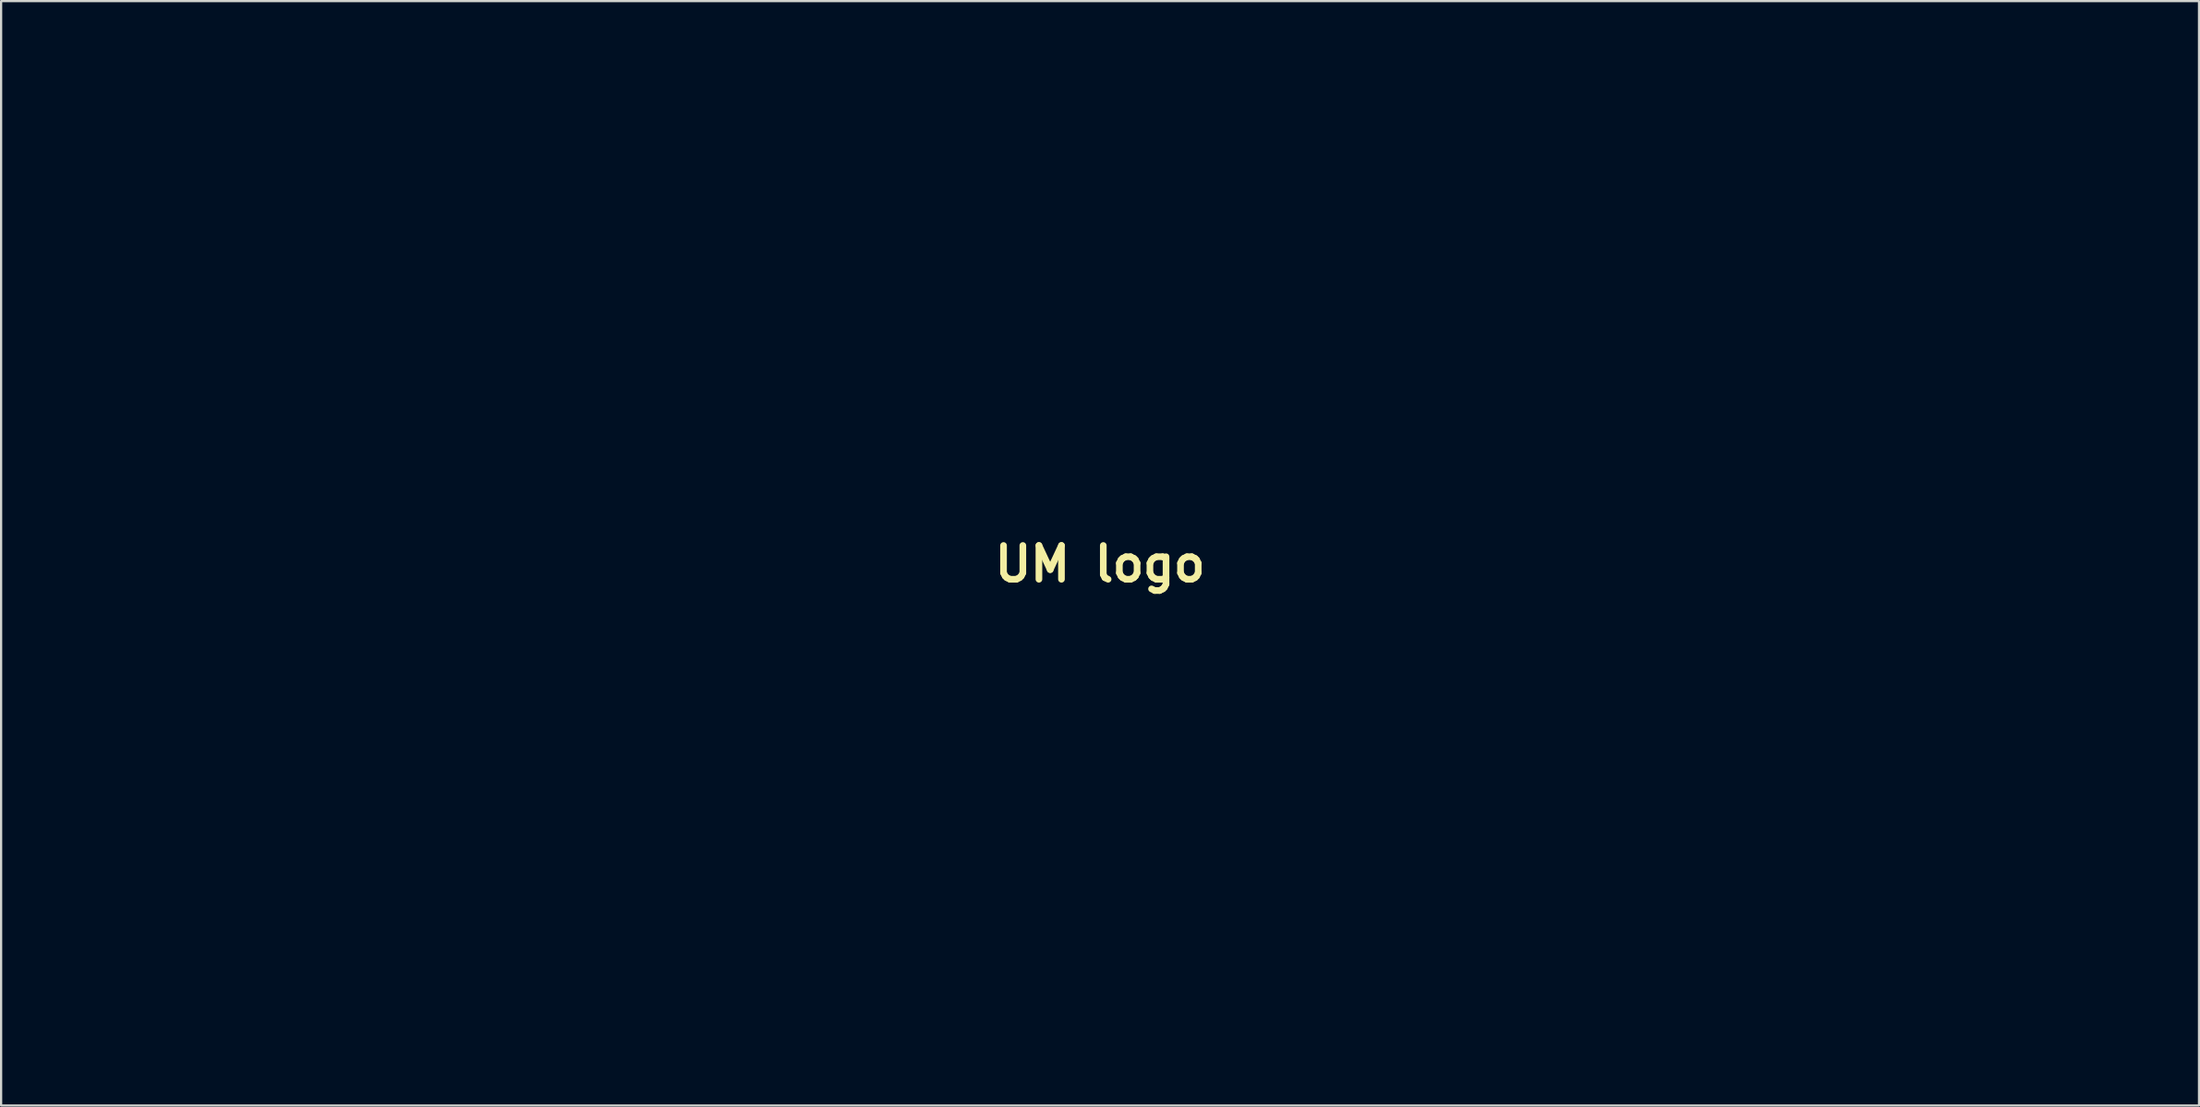
<source format=kicad_pcb>
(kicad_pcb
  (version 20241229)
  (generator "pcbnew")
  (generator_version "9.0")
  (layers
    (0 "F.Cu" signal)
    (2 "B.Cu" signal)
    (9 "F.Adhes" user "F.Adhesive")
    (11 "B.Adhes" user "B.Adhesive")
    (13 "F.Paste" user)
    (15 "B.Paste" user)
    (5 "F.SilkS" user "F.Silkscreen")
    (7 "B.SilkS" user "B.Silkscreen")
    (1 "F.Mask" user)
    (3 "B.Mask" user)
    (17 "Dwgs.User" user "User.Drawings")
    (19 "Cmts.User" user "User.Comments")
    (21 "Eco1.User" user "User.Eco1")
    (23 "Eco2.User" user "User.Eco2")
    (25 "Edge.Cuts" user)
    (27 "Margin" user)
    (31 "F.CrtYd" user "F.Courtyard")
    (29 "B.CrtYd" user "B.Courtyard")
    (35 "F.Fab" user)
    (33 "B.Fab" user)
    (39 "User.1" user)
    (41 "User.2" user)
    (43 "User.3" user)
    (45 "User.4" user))
  (footprint "UM logo"
    (layer "F.Cu")
    (at 46.572 22.399)
    (property "Reference" "UM logo" (at 0 0 0) (layer "F.SilkS") (effects (font (size 1.524 1.524) (thickness 0.3))))
    (attr through_hole)
    (fp_poly (pts (xy -18.203 18.432) (xy -18.46 18.786) (xy -18.828 19.169) (xy -19.353 19.53) (xy -20.028 19.866) (xy -20.84 20.173) (xy -21.78 20.451) (xy -22.839 20.695) (xy -24.005 20.903) (xy -25.27 21.073) (xy -26.623 21.202) (xy -28.054 21.288) (xy -28.109 21.291) (xy -28.656 21.314) (xy -29.259 21.34) (xy -29.838 21.366) (xy -30.247 21.385) (xy -31.242 21.431) (xy -31.242 19.812) (xy -30.586 19.809) (xy -30.147 19.796) (xy -29.662 19.764) (xy -29.295 19.726) (xy -28.244 19.544) (xy -27.334 19.28) (xy -26.566 18.936) (xy -25.944 18.513) (xy -25.468 18.012) (xy -25.142 17.436) (xy -25.063 17.216) (xy -25.03 17.102) (xy -25.001 16.985) (xy -24.976 16.85) (xy -24.956 16.687) (xy -24.939 16.48) (xy -24.925 16.218) (xy -24.915 15.888) (xy -24.906 15.476) (xy -24.901 14.969) (xy -24.897 14.355) (xy -24.894 13.62) (xy -24.893 12.751) (xy -24.892 11.736) (xy -24.892 10.871) (xy -24.892 5.08) (xy -18.203 5.08) (xy -18.203 18.432)) (stroke (width 0.01) (type solid)) (fill no) (layer "Eco2.User"))
    (fp_poly (pts (xy -38.673 11.028) (xy -38.668 12.181) (xy -38.663 13.178) (xy -38.657 14.03) (xy -38.651 14.75) (xy -38.644 15.35) (xy -38.635 15.844) (xy -38.625 16.242) (xy -38.612 16.559) (xy -38.597 16.806) (xy -38.579 16.995) (xy -38.558 17.139) (xy -38.534 17.252) (xy -38.506 17.344) (xy -38.492 17.381) (xy -38.297 17.746) (xy -38 18.142) (xy -37.644 18.518) (xy -37.274 18.824) (xy -37.136 18.913) (xy -36.577 19.181) (xy -35.892 19.413) (xy -35.122 19.6) (xy -34.309 19.734) (xy -33.493 19.803) (xy -33.126 19.812) (xy -32.343 19.812) (xy -32.343 21.336) (xy -33.718 21.324) (xy -34.296 21.314) (xy -34.919 21.297) (xy -35.522 21.274) (xy -36.039 21.248) (xy -36.153 21.241) (xy -36.871 21.182) (xy -37.67 21.101) (xy -38.501 21.002) (xy -39.315 20.893) (xy -40.063 20.779) (xy -40.696 20.666) (xy -40.758 20.654) (xy -41.79 20.416) (xy -42.708 20.14) (xy -43.503 19.831) (xy -44.166 19.495) (xy -44.689 19.136) (xy -45.062 18.758) (xy -45.275 18.366) (xy -45.29 18.318) (xy -45.31 18.159) (xy -45.327 17.835) (xy -45.342 17.345) (xy -45.355 16.69) (xy -45.365 15.867) (xy -45.372 14.877) (xy -45.378 13.719) (xy -45.38 12.392) (xy -45.381 11.536) (xy -45.381 5.08) (xy -38.699 5.08) (xy -38.673 11.028)) (stroke (width 0.01) (type solid)) (fill no) (layer "Eco2.User"))
    (fp_poly (pts (xy 4.911 -22.013) (xy 4.903 -21.868) (xy 4.851 -21.792) (xy 4.714 -21.764) (xy 4.45 -21.759) (xy 4.448 -21.759) (xy 4.16 -21.747) (xy 3.994 -21.699) (xy 3.902 -21.603) (xy 3.898 -21.596) (xy 3.872 -21.46) (xy 3.85 -21.165) (xy 3.833 -20.717) (xy 3.82 -20.125) (xy 3.813 -19.398) (xy 3.81 -18.554) (xy 3.81 -17.741) (xy 3.812 -17.082) (xy 3.819 -16.56) (xy 3.835 -16.16) (xy 3.864 -15.865) (xy 3.909 -15.659) (xy 3.973 -15.526) (xy 4.06 -15.451) (xy 4.174 -15.417) (xy 4.317 -15.409) (xy 4.493 -15.409) (xy 4.742 -15.404) (xy 4.865 -15.368) (xy 4.906 -15.277) (xy 4.911 -15.155) (xy 4.911 -14.901) (xy 1.609 -14.901) (xy 1.609 -15.155) (xy 1.618 -15.306) (xy 1.676 -15.381) (xy 1.826 -15.407) (xy 2.026 -15.409) (xy 2.201 -15.409) (xy 2.343 -15.417) (xy 2.456 -15.45) (xy 2.543 -15.523) (xy 2.608 -15.653) (xy 2.653 -15.855) (xy 2.682 -16.146) (xy 2.699 -16.54) (xy 2.707 -17.055) (xy 2.709 -17.705) (xy 2.709 -18.506) (xy 2.709 -18.616) (xy 2.708 -19.465) (xy 2.702 -20.157) (xy 2.693 -20.703) (xy 2.679 -21.114) (xy 2.661 -21.403) (xy 2.637 -21.58) (xy 2.608 -21.658) (xy 2.47 -21.716) (xy 2.228 -21.752) (xy 2.057 -21.759) (xy 1.797 -21.764) (xy 1.664 -21.794) (xy 1.615 -21.874) (xy 1.609 -22.013) (xy 1.609 -22.267) (xy 4.911 -22.267) (xy 4.911 -22.013)) (stroke (width 0.01) (type solid)) (fill no) (layer "Eco2.User"))
    (fp_poly (pts (xy -26.67 -22.013) (xy -26.678 -21.868) (xy -26.729 -21.793) (xy -26.865 -21.764) (xy -27.127 -21.759) (xy -27.138 -21.759) (xy -27.411 -21.751) (xy -27.565 -21.715) (xy -27.649 -21.63) (xy -27.688 -21.542) (xy -27.715 -21.386) (xy -27.736 -21.089) (xy -27.753 -20.676) (xy -27.764 -20.171) (xy -27.771 -19.601) (xy -27.774 -18.99) (xy -27.772 -18.364) (xy -27.765 -17.747) (xy -27.754 -17.165) (xy -27.74 -16.644) (xy -27.721 -16.207) (xy -27.698 -15.882) (xy -27.671 -15.692) (xy -27.662 -15.663) (xy -27.57 -15.533) (xy -27.427 -15.464) (xy -27.18 -15.43) (xy -27.112 -15.426) (xy -26.855 -15.405) (xy -26.723 -15.365) (xy -26.676 -15.277) (xy -26.67 -15.151) (xy -26.67 -14.901) (xy -29.972 -14.901) (xy -29.972 -15.155) (xy -29.961 -15.311) (xy -29.898 -15.385) (xy -29.738 -15.408) (xy -29.585 -15.409) (xy -29.401 -15.407) (xy -29.251 -15.409) (xy -29.133 -15.434) (xy -29.042 -15.495) (xy -28.974 -15.609) (xy -28.927 -15.792) (xy -28.897 -16.06) (xy -28.88 -16.429) (xy -28.872 -16.915) (xy -28.871 -17.533) (xy -28.871 -18.3) (xy -28.871 -18.57) (xy -28.873 -19.426) (xy -28.878 -20.125) (xy -28.887 -20.677) (xy -28.901 -21.095) (xy -28.919 -21.389) (xy -28.942 -21.572) (xy -28.971 -21.656) (xy -28.973 -21.658) (xy -29.111 -21.716) (xy -29.353 -21.752) (xy -29.523 -21.759) (xy -29.783 -21.764) (xy -29.916 -21.794) (xy -29.965 -21.874) (xy -29.972 -22.013) (xy -29.972 -22.267) (xy -26.67 -22.267) (xy -26.67 -22.013)) (stroke (width 0.01) (type solid)) (fill no) (layer "Eco2.User"))
    (fp_poly (pts (xy 3.81 -11.388) (xy 3.795 -11.258) (xy 3.718 -11.196) (xy 3.535 -11.177) (xy 3.423 -11.176) (xy 3.24 -11.179) (xy 3.091 -11.176) (xy 2.973 -11.153) (xy 2.882 -11.093) (xy 2.814 -10.98) (xy 2.767 -10.799) (xy 2.736 -10.534) (xy 2.719 -10.169) (xy 2.711 -9.688) (xy 2.709 -9.075) (xy 2.709 -8.316) (xy 2.709 -7.973) (xy 2.711 -7.11) (xy 2.716 -6.406) (xy 2.725 -5.848) (xy 2.738 -5.425) (xy 2.756 -5.124) (xy 2.779 -4.936) (xy 2.807 -4.847) (xy 2.811 -4.843) (xy 2.949 -4.785) (xy 3.191 -4.748) (xy 3.361 -4.741) (xy 3.622 -4.735) (xy 3.755 -4.704) (xy 3.804 -4.628) (xy 3.81 -4.53) (xy 3.81 -4.318) (xy 0.508 -4.318) (xy 0.508 -4.53) (xy 0.521 -4.653) (xy 0.587 -4.716) (xy 0.749 -4.738) (xy 0.957 -4.741) (xy 1.23 -4.759) (xy 1.439 -4.806) (xy 1.507 -4.843) (xy 1.536 -4.92) (xy 1.559 -5.096) (xy 1.578 -5.383) (xy 1.592 -5.791) (xy 1.601 -6.332) (xy 1.607 -7.018) (xy 1.609 -7.861) (xy 1.609 -7.973) (xy 1.609 -8.795) (xy 1.609 -9.463) (xy 1.603 -9.994) (xy 1.59 -10.403) (xy 1.565 -10.705) (xy 1.525 -10.918) (xy 1.465 -11.055) (xy 1.384 -11.134) (xy 1.277 -11.17) (xy 1.14 -11.179) (xy 0.971 -11.177) (xy 0.895 -11.176) (xy 0.657 -11.184) (xy 0.544 -11.226) (xy 0.51 -11.326) (xy 0.508 -11.388) (xy 0.508 -11.599) (xy 3.81 -11.599) (xy 3.81 -11.388)) (stroke (width 0.01) (type solid)) (fill no) (layer "Eco2.User"))
    (fp_poly (pts (xy -41.769 -11.719) (xy -41.081 -11.545) (xy -40.463 -11.235) (xy -39.926 -10.804) (xy -39.482 -10.266) (xy -39.141 -9.635) (xy -38.916 -8.925) (xy -38.817 -8.15) (xy -38.856 -7.323) (xy -38.862 -7.277) (xy -39.047 -6.505) (xy -39.367 -5.811) (xy -39.808 -5.212) (xy -40.358 -4.726) (xy -40.794 -4.468) (xy -41.085 -4.334) (xy -41.337 -4.25) (xy -41.612 -4.202) (xy -41.971 -4.177) (xy -42.157 -4.171) (xy -42.608 -4.166) (xy -42.946 -4.19) (xy -43.229 -4.249) (xy -43.41 -4.309) (xy -44.085 -4.647) (xy -44.665 -5.123) (xy -45.142 -5.73) (xy -45.337 -6.077) (xy -45.536 -6.549) (xy -45.657 -7.043) (xy -45.712 -7.616) (xy -45.718 -7.92) (xy -45.693 -8.259) (xy -44.435 -8.259) (xy -44.427 -7.544) (xy -44.356 -6.72) (xy -44.215 -6.043) (xy -44 -5.503) (xy -43.707 -5.091) (xy -43.333 -4.798) (xy -43.247 -4.752) (xy -42.864 -4.629) (xy -42.398 -4.573) (xy -41.92 -4.587) (xy -41.501 -4.673) (xy -41.422 -4.703) (xy -41.011 -4.945) (xy -40.68 -5.3) (xy -40.424 -5.779) (xy -40.238 -6.392) (xy -40.116 -7.15) (xy -40.087 -7.451) (xy -40.074 -7.926) (xy -40.098 -8.478) (xy -40.153 -9.041) (xy -40.233 -9.548) (xy -40.301 -9.836) (xy -40.465 -10.227) (xy -40.714 -10.611) (xy -41.006 -10.933) (xy -41.271 -11.124) (xy -41.557 -11.23) (xy -41.906 -11.309) (xy -42.076 -11.329) (xy -42.688 -11.308) (xy -43.207 -11.15) (xy -43.634 -10.853) (xy -43.97 -10.416) (xy -44.215 -9.839) (xy -44.37 -9.121) (xy -44.435 -8.259) (xy -45.693 -8.259) (xy -45.655 -8.767) (xy -45.457 -9.517) (xy -45.122 -10.18) (xy -44.643 -10.765) (xy -44.563 -10.843) (xy -44.002 -11.285) (xy -43.404 -11.574) (xy -42.734 -11.725) (xy -42.515 -11.746) (xy -41.769 -11.719)) (stroke (width 0.01) (type solid)) (fill no) (layer "Eco2.User"))
    (fp_poly (pts (xy -23.283 -22.018) (xy -23.293 -21.872) (xy -23.352 -21.795) (xy -23.502 -21.759) (xy -23.728 -21.743) (xy -23.993 -21.718) (xy -24.133 -21.669) (xy -24.19 -21.578) (xy -24.198 -21.534) (xy -24.175 -21.421) (xy -24.099 -21.179) (xy -23.98 -20.83) (xy -23.826 -20.399) (xy -23.647 -19.909) (xy -23.451 -19.384) (xy -23.247 -18.846) (xy -23.044 -18.32) (xy -22.852 -17.829) (xy -22.679 -17.397) (xy -22.534 -17.047) (xy -22.425 -16.802) (xy -22.363 -16.687) (xy -22.355 -16.681) (xy -22.307 -16.758) (xy -22.212 -16.97) (xy -22.079 -17.292) (xy -21.917 -17.702) (xy -21.736 -18.173) (xy -21.543 -18.682) (xy -21.349 -19.204) (xy -21.163 -19.714) (xy -20.993 -20.19) (xy -20.849 -20.604) (xy -20.739 -20.935) (xy -20.674 -21.156) (xy -20.659 -21.235) (xy -20.73 -21.509) (xy -20.941 -21.689) (xy -21.287 -21.774) (xy -21.294 -21.774) (xy -21.515 -21.807) (xy -21.62 -21.881) (xy -21.659 -22.033) (xy -21.659 -22.035) (xy -21.686 -22.267) (xy -18.954 -22.267) (xy -18.981 -22.038) (xy -19.038 -21.864) (xy -19.192 -21.774) (xy -19.282 -21.752) (xy -19.618 -21.629) (xy -19.853 -21.397) (xy -19.935 -21.258) (xy -19.99 -21.131) (xy -20.098 -20.865) (xy -20.25 -20.478) (xy -20.441 -19.99) (xy -20.662 -19.419) (xy -20.906 -18.784) (xy -21.166 -18.104) (xy -21.193 -18.034) (xy -21.452 -17.355) (xy -21.693 -16.721) (xy -21.91 -16.152) (xy -22.096 -15.666) (xy -22.243 -15.28) (xy -22.345 -15.014) (xy -22.394 -14.886) (xy -22.396 -14.88) (xy -22.518 -14.763) (xy -22.648 -14.732) (xy -22.763 -14.759) (xy -22.863 -14.861) (xy -22.973 -15.07) (xy -23.071 -15.303) (xy -23.156 -15.517) (xy -23.293 -15.866) (xy -23.473 -16.327) (xy -23.688 -16.879) (xy -23.929 -17.497) (xy -24.187 -18.16) (xy -24.401 -18.711) (xy -24.658 -19.369) (xy -24.898 -19.978) (xy -25.114 -20.521) (xy -25.299 -20.978) (xy -25.445 -21.332) (xy -25.544 -21.564) (xy -25.589 -21.654) (xy -25.724 -21.722) (xy -25.949 -21.758) (xy -26.003 -21.759) (xy -26.216 -21.77) (xy -26.309 -21.828) (xy -26.331 -21.971) (xy -26.331 -22.013) (xy -26.331 -22.267) (xy -23.283 -22.267) (xy -23.283 -22.018)) (stroke (width 0.01) (type solid)) (fill no) (layer "Eco2.User"))
    (fp_poly (pts (xy 11.887 -21.823) (xy 11.911 -21.549) (xy 11.939 -21.165) (xy 11.967 -20.728) (xy 11.985 -20.426) (xy 12.037 -19.473) (xy 11.837 -19.473) (xy 11.728 -19.49) (xy 11.654 -19.564) (xy 11.595 -19.733) (xy 11.533 -20.031) (xy 11.53 -20.045) (xy 11.402 -20.563) (xy 11.23 -21.022) (xy 11.031 -21.387) (xy 10.822 -21.621) (xy 10.795 -21.64) (xy 10.562 -21.741) (xy 10.258 -21.808) (xy 9.941 -21.835) (xy 9.673 -21.817) (xy 9.525 -21.759) (xy 9.491 -21.711) (xy 9.464 -21.618) (xy 9.442 -21.464) (xy 9.425 -21.232) (xy 9.413 -20.906) (xy 9.405 -20.472) (xy 9.401 -19.911) (xy 9.398 -19.208) (xy 9.398 -18.633) (xy 9.4 -17.772) (xy 9.405 -17.069) (xy 9.414 -16.512) (xy 9.427 -16.089) (xy 9.445 -15.79) (xy 9.468 -15.602) (xy 9.496 -15.515) (xy 9.5 -15.511) (xy 9.635 -15.455) (xy 9.879 -15.419) (xy 10.092 -15.409) (xy 10.368 -15.406) (xy 10.514 -15.381) (xy 10.572 -15.313) (xy 10.583 -15.183) (xy 10.583 -15.155) (xy 10.583 -14.901) (xy 7.112 -14.901) (xy 7.112 -15.155) (xy 7.12 -15.301) (xy 7.172 -15.377) (xy 7.31 -15.405) (xy 7.572 -15.409) (xy 7.758 -15.408) (xy 7.91 -15.415) (xy 8.03 -15.446) (xy 8.122 -15.516) (xy 8.191 -15.642) (xy 8.238 -15.84) (xy 8.269 -16.125) (xy 8.287 -16.514) (xy 8.295 -17.022) (xy 8.298 -17.665) (xy 8.297 -18.459) (xy 8.297 -18.596) (xy 8.295 -19.456) (xy 8.287 -20.189) (xy 8.275 -20.786) (xy 8.257 -21.239) (xy 8.236 -21.539) (xy 8.21 -21.679) (xy 8.21 -21.68) (xy 8.128 -21.775) (xy 7.982 -21.825) (xy 7.728 -21.843) (xy 7.607 -21.844) (xy 7.31 -21.836) (xy 7.113 -21.794) (xy 6.95 -21.691) (xy 6.773 -21.525) (xy 6.525 -21.213) (xy 6.338 -20.815) (xy 6.275 -20.627) (xy 6.185 -20.317) (xy 6.121 -20.055) (xy 6.096 -19.897) (xy 6.096 -19.895) (xy 6.05 -19.628) (xy 5.918 -19.489) (xy 5.833 -19.473) (xy 5.764 -19.49) (xy 5.715 -19.555) (xy 5.685 -19.687) (xy 5.672 -19.907) (xy 5.676 -20.234) (xy 5.694 -20.69) (xy 5.727 -21.293) (xy 5.728 -21.315) (xy 5.783 -22.267) (xy 11.841 -22.267) (xy 11.887 -21.823)) (stroke (width 0.01) (type solid)) (fill no) (layer "Eco2.User"))
    (fp_poly (pts (xy -32.737 -10.647) (xy -32.706 -10.093) (xy -32.688 -9.685) (xy -32.683 -9.401) (xy -32.694 -9.219) (xy -32.723 -9.117) (xy -32.771 -9.071) (xy -32.839 -9.059) (xy -32.853 -9.059) (xy -33.007 -9.104) (xy -33.055 -9.165) (xy -33.093 -9.297) (xy -33.161 -9.538) (xy -33.24 -9.816) (xy -33.411 -10.278) (xy -33.643 -10.63) (xy -33.954 -10.885) (xy -34.366 -11.053) (xy -34.898 -11.146) (xy -35.571 -11.176) (xy -35.6 -11.176) (xy -35.942 -11.174) (xy -36.193 -11.153) (xy -36.368 -11.09) (xy -36.479 -10.962) (xy -36.541 -10.748) (xy -36.569 -10.423) (xy -36.576 -9.966) (xy -36.576 -9.604) (xy -36.576 -8.297) (xy -36.239 -8.297) (xy -35.738 -8.363) (xy -35.346 -8.556) (xy -35.067 -8.876) (xy -34.902 -9.319) (xy -34.888 -9.398) (xy -34.82 -9.617) (xy -34.696 -9.711) (xy -34.649 -9.721) (xy -34.459 -9.748) (xy -34.459 -6.519) (xy -34.671 -6.519) (xy -34.831 -6.554) (xy -34.882 -6.69) (xy -34.883 -6.734) (xy -34.958 -7.156) (xy -35.17 -7.497) (xy -35.5 -7.738) (xy -35.928 -7.861) (xy -36.132 -7.874) (xy -36.576 -7.874) (xy -36.576 -6.471) (xy -36.571 -5.961) (xy -36.556 -5.519) (xy -36.534 -5.176) (xy -36.505 -4.958) (xy -36.488 -4.905) (xy -36.405 -4.81) (xy -36.257 -4.76) (xy -35.998 -4.742) (xy -35.896 -4.741) (xy -35.615 -4.737) (xy -35.464 -4.712) (xy -35.403 -4.65) (xy -35.391 -4.535) (xy -35.391 -4.53) (xy -35.391 -4.318) (xy -38.693 -4.318) (xy -38.693 -4.53) (xy -38.679 -4.656) (xy -38.608 -4.719) (xy -38.436 -4.74) (xy -38.275 -4.741) (xy -38.1 -4.741) (xy -37.957 -4.749) (xy -37.844 -4.782) (xy -37.757 -4.856) (xy -37.693 -4.987) (xy -37.647 -5.191) (xy -37.618 -5.484) (xy -37.602 -5.881) (xy -37.594 -6.398) (xy -37.592 -7.052) (xy -37.592 -7.858) (xy -37.592 -7.922) (xy -37.592 -8.703) (xy -37.594 -9.332) (xy -37.598 -9.826) (xy -37.606 -10.205) (xy -37.617 -10.484) (xy -37.634 -10.683) (xy -37.658 -10.818) (xy -37.688 -10.907) (xy -37.726 -10.969) (xy -37.761 -11.007) (xy -37.977 -11.135) (xy -38.299 -11.176) (xy -38.312 -11.176) (xy -38.547 -11.185) (xy -38.658 -11.228) (xy -38.691 -11.331) (xy -38.693 -11.388) (xy -38.693 -11.599) (xy -32.792 -11.599) (xy -32.737 -10.647)) (stroke (width 0.01) (type solid)) (fill no) (layer "Eco2.User"))
    (fp_poly (pts (xy 15.409 -22.018) (xy 15.399 -21.872) (xy 15.341 -21.794) (xy 15.191 -21.759) (xy 14.966 -21.743) (xy 14.686 -21.712) (xy 14.539 -21.652) (xy 14.495 -21.574) (xy 14.531 -21.475) (xy 14.64 -21.262) (xy 14.805 -20.963) (xy 15.012 -20.604) (xy 15.242 -20.214) (xy 15.481 -19.818) (xy 15.71 -19.446) (xy 15.915 -19.123) (xy 16.078 -18.877) (xy 16.184 -18.735) (xy 16.212 -18.711) (xy 16.263 -18.78) (xy 16.379 -18.968) (xy 16.544 -19.245) (xy 16.741 -19.581) (xy 16.952 -19.948) (xy 17.162 -20.316) (xy 17.353 -20.656) (xy 17.508 -20.938) (xy 17.61 -21.133) (xy 17.641 -21.2) (xy 17.639 -21.399) (xy 17.568 -21.56) (xy 17.444 -21.692) (xy 17.261 -21.75) (xy 17.058 -21.759) (xy 16.825 -21.767) (xy 16.715 -21.81) (xy 16.681 -21.919) (xy 16.679 -22.013) (xy 16.679 -22.267) (xy 19.4 -22.267) (xy 19.373 -22.036) (xy 19.328 -21.876) (xy 19.207 -21.792) (xy 19.023 -21.752) (xy 18.782 -21.688) (xy 18.604 -21.598) (xy 18.586 -21.581) (xy 18.512 -21.477) (xy 18.367 -21.248) (xy 18.164 -20.916) (xy 17.917 -20.503) (xy 17.638 -20.032) (xy 17.448 -19.709) (xy 16.425 -17.954) (xy 16.425 -16.87) (xy 16.431 -16.34) (xy 16.455 -15.956) (xy 16.509 -15.695) (xy 16.605 -15.533) (xy 16.754 -15.447) (xy 16.968 -15.414) (xy 17.15 -15.409) (xy 17.414 -15.405) (xy 17.551 -15.376) (xy 17.603 -15.301) (xy 17.611 -15.155) (xy 17.611 -14.901) (xy 15.931 -14.901) (xy 15.415 -14.904) (xy 14.956 -14.912) (xy 14.584 -14.923) (xy 14.323 -14.938) (xy 14.201 -14.955) (xy 14.196 -14.958) (xy 14.151 -15.079) (xy 14.139 -15.212) (xy 14.153 -15.323) (xy 14.219 -15.382) (xy 14.38 -15.405) (xy 14.63 -15.409) (xy 14.915 -15.426) (xy 15.136 -15.469) (xy 15.223 -15.511) (xy 15.27 -15.639) (xy 15.303 -15.916) (xy 15.321 -16.351) (xy 15.325 -16.797) (xy 15.325 -17.982) (xy 14.287 -19.635) (xy 13.905 -20.243) (xy 13.599 -20.723) (xy 13.357 -21.089) (xy 13.168 -21.357) (xy 13.019 -21.542) (xy 12.897 -21.66) (xy 12.789 -21.725) (xy 12.685 -21.753) (xy 12.571 -21.759) (xy 12.565 -21.759) (xy 12.37 -21.774) (xy 12.291 -21.85) (xy 12.277 -22.013) (xy 12.277 -22.267) (xy 15.409 -22.267) (xy 15.409 -22.018)) (stroke (width 0.01) (type solid)) (fill no) (layer "Eco2.User"))
    (fp_poly (pts (xy -30.649 -22.071) (xy -30.679 -21.94) (xy -30.796 -21.846) (xy -31.039 -21.757) (xy -31.052 -21.753) (xy -31.22 -21.7) (xy -31.359 -21.642) (xy -31.471 -21.563) (xy -31.559 -21.447) (xy -31.627 -21.278) (xy -31.676 -21.042) (xy -31.71 -20.721) (xy -31.731 -20.3) (xy -31.743 -19.764) (xy -31.749 -19.097) (xy -31.75 -18.283) (xy -31.75 -17.886) (xy -31.75 -14.732) (xy -31.95 -14.732) (xy -32.014 -14.752) (xy -32.104 -14.82) (xy -32.229 -14.946) (xy -32.398 -15.141) (xy -32.62 -15.417) (xy -32.903 -15.783) (xy -33.255 -16.251) (xy -33.686 -16.832) (xy -34.204 -17.536) (xy -34.384 -17.782) (xy -36.618 -20.832) (xy -36.643 -18.608) (xy -36.648 -17.996) (xy -36.649 -17.428) (xy -36.646 -16.929) (xy -36.639 -16.525) (xy -36.63 -16.242) (xy -36.619 -16.114) (xy -36.494 -15.769) (xy -36.256 -15.544) (xy -35.899 -15.427) (xy -35.659 -15.374) (xy -35.541 -15.297) (xy -35.495 -15.162) (xy -35.491 -15.132) (xy -35.464 -14.901) (xy -38.269 -14.901) (xy -38.269 -15.155) (xy -38.248 -15.336) (xy -38.15 -15.402) (xy -38.027 -15.409) (xy -37.719 -15.488) (xy -37.455 -15.7) (xy -37.276 -16.008) (xy -37.257 -16.069) (xy -37.233 -16.242) (xy -37.211 -16.564) (xy -37.194 -17.016) (xy -37.181 -17.576) (xy -37.172 -18.226) (xy -37.169 -18.939) (xy -37.169 -19.664) (xy -37.171 -20.237) (xy -37.175 -20.679) (xy -37.183 -21.008) (xy -37.197 -21.242) (xy -37.217 -21.4) (xy -37.245 -21.502) (xy -37.282 -21.565) (xy -37.33 -21.608) (xy -37.357 -21.628) (xy -37.562 -21.712) (xy -37.836 -21.757) (xy -37.907 -21.759) (xy -38.134 -21.768) (xy -38.239 -21.815) (xy -38.268 -21.934) (xy -38.269 -22.013) (xy -38.269 -22.267) (xy -37.275 -22.265) (xy -36.28 -22.263) (xy -34.339 -19.594) (xy -33.907 -19.002) (xy -33.505 -18.453) (xy -33.145 -17.963) (xy -32.836 -17.547) (xy -32.591 -17.218) (xy -32.42 -16.994) (xy -32.334 -16.888) (xy -32.328 -16.882) (xy -32.309 -16.95) (xy -32.291 -17.166) (xy -32.277 -17.507) (xy -32.266 -17.95) (xy -32.26 -18.474) (xy -32.258 -18.921) (xy -32.26 -19.672) (xy -32.27 -20.273) (xy -32.294 -20.741) (xy -32.337 -21.094) (xy -32.405 -21.351) (xy -32.503 -21.531) (xy -32.636 -21.651) (xy -32.811 -21.729) (xy -33.032 -21.785) (xy -33.127 -21.804) (xy -33.34 -21.863) (xy -33.43 -21.959) (xy -33.443 -22.065) (xy -33.443 -22.267) (xy -30.649 -22.267) (xy -30.649 -22.071)) (stroke (width 0.01) (type solid)) (fill no) (layer "Eco2.User"))
    (fp_poly (pts (xy -43.265 -22.013) (xy -43.273 -21.868) (xy -43.324 -21.792) (xy -43.461 -21.764) (xy -43.726 -21.759) (xy -43.727 -21.759) (xy -44.015 -21.747) (xy -44.182 -21.699) (xy -44.274 -21.603) (xy -44.278 -21.596) (xy -44.305 -21.459) (xy -44.328 -21.18) (xy -44.345 -20.786) (xy -44.357 -20.305) (xy -44.364 -19.763) (xy -44.365 -19.189) (xy -44.362 -18.609) (xy -44.353 -18.05) (xy -44.34 -17.54) (xy -44.321 -17.106) (xy -44.297 -16.775) (xy -44.272 -16.59) (xy -44.093 -16.12) (xy -43.785 -15.755) (xy -43.352 -15.5) (xy -42.8 -15.357) (xy -42.317 -15.325) (xy -41.753 -15.372) (xy -41.298 -15.52) (xy -40.921 -15.772) (xy -40.774 -15.907) (xy -40.657 -16.039) (xy -40.566 -16.187) (xy -40.498 -16.372) (xy -40.449 -16.615) (xy -40.417 -16.935) (xy -40.399 -17.353) (xy -40.389 -17.888) (xy -40.386 -18.562) (xy -40.386 -18.989) (xy -40.388 -19.723) (xy -40.393 -20.305) (xy -40.403 -20.753) (xy -40.417 -21.084) (xy -40.439 -21.315) (xy -40.466 -21.463) (xy -40.502 -21.547) (xy -40.504 -21.549) (xy -40.68 -21.674) (xy -40.999 -21.747) (xy -41.075 -21.756) (xy -41.34 -21.79) (xy -41.479 -21.841) (xy -41.538 -21.934) (xy -41.556 -22.035) (xy -41.583 -22.267) (xy -38.777 -22.267) (xy -38.777 -22.013) (xy -38.789 -21.855) (xy -38.855 -21.782) (xy -39.023 -21.76) (xy -39.145 -21.759) (xy -39.448 -21.724) (xy -39.65 -21.606) (xy -39.674 -21.581) (xy -39.721 -21.518) (xy -39.759 -21.432) (xy -39.789 -21.303) (xy -39.813 -21.111) (xy -39.832 -20.838) (xy -39.848 -20.464) (xy -39.862 -19.97) (xy -39.877 -19.336) (xy -39.885 -18.935) (xy -39.902 -18.161) (xy -39.921 -17.534) (xy -39.944 -17.037) (xy -39.976 -16.646) (xy -40.018 -16.343) (xy -40.075 -16.107) (xy -40.15 -15.916) (xy -40.245 -15.751) (xy -40.363 -15.591) (xy -40.407 -15.537) (xy -40.764 -15.207) (xy -41.221 -14.975) (xy -41.804 -14.826) (xy -41.836 -14.821) (xy -42.506 -14.748) (xy -43.115 -14.767) (xy -43.617 -14.849) (xy -44.222 -15.046) (xy -44.701 -15.352) (xy -45.064 -15.774) (xy -45.168 -15.956) (xy -45.424 -16.455) (xy -45.452 -19.001) (xy -45.463 -19.784) (xy -45.479 -20.444) (xy -45.499 -20.971) (xy -45.522 -21.355) (xy -45.548 -21.587) (xy -45.568 -21.653) (xy -45.703 -21.716) (xy -45.952 -21.754) (xy -46.111 -21.759) (xy -46.374 -21.764) (xy -46.509 -21.793) (xy -46.559 -21.871) (xy -46.567 -22.013) (xy -46.567 -22.267) (xy -43.265 -22.267) (xy -43.265 -22.013)) (stroke (width 0.01) (type solid)) (fill no) (layer "Eco2.User"))
    (fp_poly (pts (xy -1.6 -22.364) (xy -1.144 -22.262) (xy -0.734 -22.072) (xy -0.454 -21.885) (xy -0.333 -21.811) (xy -0.245 -21.831) (xy -0.141 -21.966) (xy -0.087 -22.052) (xy 0.097 -22.276) (xy 0.29 -22.352) (xy 0.303 -22.352) (xy 0.414 -22.341) (xy 0.476 -22.283) (xy 0.502 -22.138) (xy 0.508 -21.869) (xy 0.508 -21.815) (xy 0.515 -21.47) (xy 0.532 -21.038) (xy 0.556 -20.599) (xy 0.563 -20.502) (xy 0.618 -19.727) (xy 0.405 -19.727) (xy 0.279 -19.749) (xy 0.182 -19.838) (xy 0.085 -20.031) (xy 0.007 -20.234) (xy -0.292 -20.863) (xy -0.679 -21.348) (xy -1.15 -21.688) (xy -1.704 -21.881) (xy -2.204 -21.929) (xy -2.724 -21.874) (xy -3.117 -21.71) (xy -3.383 -21.433) (xy -3.527 -21.042) (xy -3.555 -20.714) (xy -3.537 -20.433) (xy -3.458 -20.234) (xy -3.282 -20.029) (xy -3.275 -20.022) (xy -3.171 -19.924) (xy -3.06 -19.841) (xy -2.919 -19.763) (xy -2.726 -19.683) (xy -2.458 -19.592) (xy -2.093 -19.481) (xy -1.608 -19.343) (xy -1.03 -19.182) (xy -0.429 -18.986) (xy 0.03 -18.764) (xy 0.374 -18.498) (xy 0.63 -18.168) (xy 0.711 -18.019) (xy 0.881 -17.52) (xy 0.935 -16.975) (xy 0.878 -16.426) (xy 0.718 -15.917) (xy 0.461 -15.491) (xy 0.328 -15.35) (xy -0.054 -15.095) (xy -0.548 -14.904) (xy -1.106 -14.786) (xy -1.681 -14.751) (xy -2.226 -14.806) (xy -2.391 -14.846) (xy -2.704 -14.961) (xy -3.048 -15.126) (xy -3.206 -15.217) (xy -3.62 -15.474) (xy -3.805 -15.146) (xy -3.967 -14.917) (xy -4.13 -14.823) (xy -4.196 -14.817) (xy -4.403 -14.817) (xy -4.403 -17.78) (xy -4.198 -17.78) (xy -4.059 -17.752) (xy -3.981 -17.638) (xy -3.939 -17.45) (xy -3.788 -16.927) (xy -3.529 -16.415) (xy -3.192 -15.956) (xy -2.805 -15.59) (xy -2.437 -15.371) (xy -2.027 -15.265) (xy -1.544 -15.237) (xy -1.059 -15.284) (xy -0.644 -15.405) (xy -0.589 -15.431) (xy -0.241 -15.688) (xy 0.006 -16.038) (xy 0.14 -16.438) (xy 0.146 -16.849) (xy 0.012 -17.232) (xy 0.004 -17.246) (xy -0.122 -17.425) (xy -0.276 -17.572) (xy -0.483 -17.701) (xy -0.773 -17.826) (xy -1.173 -17.96) (xy -1.71 -18.118) (xy -1.716 -18.12) (xy -2.245 -18.271) (xy -2.641 -18.39) (xy -2.936 -18.488) (xy -3.16 -18.575) (xy -3.344 -18.665) (xy -3.519 -18.769) (xy -3.634 -18.844) (xy -3.978 -19.155) (xy -4.199 -19.56) (xy -4.305 -20.074) (xy -4.316 -20.368) (xy -4.25 -20.986) (xy -4.053 -21.498) (xy -3.722 -21.911) (xy -3.253 -22.229) (xy -3.235 -22.238) (xy -3.003 -22.324) (xy -2.706 -22.374) (xy -2.3 -22.393) (xy -2.159 -22.394) (xy -1.6 -22.364)) (stroke (width 0.01) (type solid)) (fill no) (layer "Eco2.User"))
    (fp_poly (pts (xy -12.837 -21.484) (xy -12.811 -21.06) (xy -12.788 -20.629) (xy -12.771 -20.269) (xy -12.769 -20.193) (xy -12.764 -19.911) (xy -12.783 -19.759) (xy -12.839 -19.697) (xy -12.948 -19.685) (xy -12.95 -19.685) (xy -13.067 -19.708) (xy -13.153 -19.8) (xy -13.232 -19.998) (xy -13.29 -20.193) (xy -13.478 -20.751) (xy -13.7 -21.162) (xy -13.97 -21.448) (xy -14.305 -21.628) (xy -14.393 -21.657) (xy -14.762 -21.738) (xy -15.199 -21.79) (xy -15.643 -21.811) (xy -16.031 -21.797) (xy -16.251 -21.761) (xy -16.595 -21.668) (xy -16.595 -18.965) (xy -16.362 -18.966) (xy -15.872 -19.035) (xy -15.477 -19.232) (xy -15.193 -19.546) (xy -15.034 -19.963) (xy -15.024 -20.024) (xy -14.976 -20.261) (xy -14.907 -20.374) (xy -14.786 -20.404) (xy -14.765 -20.405) (xy -14.563 -20.405) (xy -14.563 -18.748) (xy -14.563 -18.18) (xy -14.566 -17.76) (xy -14.574 -17.466) (xy -14.589 -17.276) (xy -14.615 -17.168) (xy -14.652 -17.121) (xy -14.704 -17.113) (xy -14.744 -17.118) (xy -14.873 -17.181) (xy -14.968 -17.349) (xy -15.028 -17.55) (xy -15.212 -17.99) (xy -15.508 -18.303) (xy -15.912 -18.488) (xy -16.362 -18.542) (xy -16.595 -18.542) (xy -16.595 -17.077) (xy -16.59 -16.468) (xy -16.575 -16.016) (xy -16.55 -15.712) (xy -16.513 -15.545) (xy -16.493 -15.511) (xy -16.354 -15.458) (xy -16.086 -15.424) (xy -15.73 -15.409) (xy -15.327 -15.411) (xy -14.916 -15.43) (xy -14.538 -15.466) (xy -14.233 -15.519) (xy -14.161 -15.538) (xy -13.788 -15.699) (xy -13.519 -15.916) (xy -13.371 -16.153) (xy -13.212 -16.509) (xy -13.06 -16.935) (xy -12.936 -17.383) (xy -12.918 -17.462) (xy -12.833 -17.644) (xy -12.677 -17.695) (xy -12.596 -17.69) (xy -12.544 -17.654) (xy -12.518 -17.559) (xy -12.513 -17.376) (xy -12.526 -17.075) (xy -12.545 -16.743) (xy -12.569 -16.304) (xy -12.589 -15.877) (xy -12.604 -15.521) (xy -12.608 -15.346) (xy -12.615 -14.901) (xy -18.796 -14.901) (xy -18.796 -15.155) (xy -18.786 -15.308) (xy -18.727 -15.383) (xy -18.573 -15.407) (xy -18.39 -15.409) (xy -18.128 -15.429) (xy -17.932 -15.48) (xy -17.882 -15.511) (xy -17.853 -15.588) (xy -17.829 -15.764) (xy -17.811 -16.051) (xy -17.797 -16.459) (xy -17.788 -17.001) (xy -17.782 -17.688) (xy -17.78 -18.531) (xy -17.78 -18.635) (xy -17.779 -19.446) (xy -17.779 -20.104) (xy -17.784 -20.625) (xy -17.795 -21.024) (xy -17.818 -21.318) (xy -17.854 -21.522) (xy -17.907 -21.653) (xy -17.981 -21.726) (xy -18.079 -21.758) (xy -18.204 -21.764) (xy -18.359 -21.76) (xy -18.422 -21.759) (xy -18.653 -21.767) (xy -18.762 -21.811) (xy -18.794 -21.923) (xy -18.796 -22.013) (xy -18.796 -22.267) (xy -12.889 -22.267) (xy -12.837 -21.484)) (stroke (width 0.01) (type solid)) (fill no) (layer "Eco2.User"))
    (fp_poly (pts (xy -9.38 -22.251) (xy -8.68 -22.243) (xy -8.128 -22.235) (xy -7.701 -22.225) (xy -7.379 -22.211) (xy -7.14 -22.192) (xy -6.962 -22.165) (xy -6.824 -22.128) (xy -6.704 -22.08) (xy -6.581 -22.019) (xy -6.56 -22.009) (xy -6.127 -21.703) (xy -5.835 -21.304) (xy -5.684 -20.811) (xy -5.661 -20.499) (xy -5.71 -19.985) (xy -5.873 -19.58) (xy -6.164 -19.254) (xy -6.379 -19.101) (xy -6.708 -18.932) (xy -7.078 -18.791) (xy -7.218 -18.752) (xy -7.662 -18.648) (xy -7.408 -18.547) (xy -7.117 -18.398) (xy -6.88 -18.189) (xy -6.682 -17.896) (xy -6.51 -17.497) (xy -6.349 -16.965) (xy -6.261 -16.612) (xy -6.164 -16.248) (xy -6.061 -15.929) (xy -5.967 -15.706) (xy -5.93 -15.646) (xy -5.761 -15.522) (xy -5.599 -15.547) (xy -5.462 -15.702) (xy -5.368 -15.965) (xy -5.334 -16.304) (xy -5.317 -16.502) (xy -5.244 -16.582) (xy -5.122 -16.595) (xy -4.994 -16.58) (xy -4.932 -16.507) (xy -4.913 -16.331) (xy -4.913 -16.192) (xy -4.965 -15.78) (xy -5.103 -15.39) (xy -5.303 -15.077) (xy -5.455 -14.94) (xy -5.816 -14.793) (xy -6.229 -14.759) (xy -6.618 -14.843) (xy -6.689 -14.876) (xy -6.895 -15.017) (xy -7.056 -15.218) (xy -7.181 -15.505) (xy -7.281 -15.902) (xy -7.367 -16.437) (xy -7.387 -16.597) (xy -7.476 -17.201) (xy -7.584 -17.656) (xy -7.729 -17.985) (xy -7.928 -18.208) (xy -8.198 -18.345) (xy -8.556 -18.419) (xy -8.896 -18.445) (xy -9.567 -18.475) (xy -9.567 -17.03) (xy -9.566 -16.469) (xy -9.557 -16.055) (xy -9.527 -15.766) (xy -9.468 -15.58) (xy -9.369 -15.473) (xy -9.218 -15.424) (xy -9.007 -15.41) (xy -8.805 -15.409) (xy -8.551 -15.404) (xy -8.426 -15.374) (xy -8.389 -15.295) (xy -8.398 -15.177) (xy -8.424 -14.944) (xy -11.726 -14.944) (xy -11.753 -15.177) (xy -11.759 -15.314) (xy -11.709 -15.383) (xy -11.562 -15.407) (xy -11.357 -15.409) (xy -11.179 -15.409) (xy -11.035 -15.417) (xy -10.921 -15.45) (xy -10.833 -15.524) (xy -10.769 -15.655) (xy -10.723 -15.859) (xy -10.694 -16.152) (xy -10.677 -16.549) (xy -10.67 -17.067) (xy -10.668 -17.722) (xy -10.668 -18.529) (xy -10.668 -18.574) (xy -10.669 -18.947) (xy -9.567 -18.947) (xy -8.657 -18.978) (xy -8.204 -19.001) (xy -7.881 -19.036) (xy -7.648 -19.092) (xy -7.467 -19.173) (xy -7.46 -19.178) (xy -7.135 -19.413) (xy -6.935 -19.685) (xy -6.837 -20.038) (xy -6.816 -20.405) (xy -6.85 -20.854) (xy -6.969 -21.188) (xy -7.193 -21.449) (xy -7.449 -21.625) (xy -7.665 -21.705) (xy -7.978 -21.763) (xy -8.344 -21.797) (xy -8.719 -21.808) (xy -9.062 -21.794) (xy -9.328 -21.753) (xy -9.476 -21.685) (xy -9.484 -21.675) (xy -9.512 -21.549) (xy -9.536 -21.287) (xy -9.554 -20.921) (xy -9.564 -20.484) (xy -9.566 -20.247) (xy -9.567 -18.947) (xy -10.669 -18.947) (xy -10.67 -19.41) (xy -10.675 -20.089) (xy -10.684 -20.625) (xy -10.697 -21.032) (xy -10.716 -21.322) (xy -10.739 -21.508) (xy -10.769 -21.605) (xy -10.774 -21.612) (xy -10.947 -21.717) (xy -11.258 -21.774) (xy -11.303 -21.777) (xy -11.556 -21.8) (xy -11.686 -21.847) (xy -11.739 -21.946) (xy -11.754 -22.039) (xy -11.781 -22.277) (xy -9.38 -22.251)) (stroke (width 0.01) (type solid)) (fill no) (layer "Eco2.User"))
    (fp_poly (pts (xy -28.051 -11.58) (xy -26.808 -11.557) (xy -25.836 -8.782) (xy -25.607 -8.137) (xy -25.395 -7.548) (xy -25.205 -7.035) (xy -25.044 -6.613) (xy -24.919 -6.301) (xy -24.837 -6.116) (xy -24.805 -6.072) (xy -24.765 -6.166) (xy -24.678 -6.4) (xy -24.551 -6.758) (xy -24.389 -7.218) (xy -24.201 -7.763) (xy -23.992 -8.374) (xy -23.825 -8.868) (xy -22.902 -11.598) (xy -21.696 -11.599) (xy -20.489 -11.599) (xy -20.489 -11.388) (xy -20.507 -11.252) (xy -20.593 -11.191) (xy -20.794 -11.176) (xy -20.834 -11.176) (xy -21.006 -11.178) (xy -21.146 -11.175) (xy -21.257 -11.15) (xy -21.343 -11.087) (xy -21.406 -10.971) (xy -21.451 -10.786) (xy -21.48 -10.516) (xy -21.496 -10.145) (xy -21.504 -9.658) (xy -21.506 -9.039) (xy -21.505 -8.271) (xy -21.505 -7.973) (xy -21.504 -7.11) (xy -21.499 -6.406) (xy -21.49 -5.848) (xy -21.476 -5.425) (xy -21.459 -5.124) (xy -21.436 -4.936) (xy -21.407 -4.847) (xy -21.404 -4.843) (xy -21.263 -4.783) (xy -21.024 -4.746) (xy -20.896 -4.741) (xy -20.651 -4.734) (xy -20.531 -4.696) (xy -20.492 -4.604) (xy -20.489 -4.53) (xy -20.489 -4.318) (xy -23.707 -4.318) (xy -23.707 -4.53) (xy -23.694 -4.653) (xy -23.627 -4.716) (xy -23.463 -4.739) (xy -23.262 -4.743) (xy -22.989 -4.756) (xy -22.778 -4.788) (xy -22.711 -4.812) (xy -22.681 -4.866) (xy -22.658 -4.997) (xy -22.641 -5.218) (xy -22.629 -5.543) (xy -22.622 -5.987) (xy -22.62 -6.562) (xy -22.622 -7.284) (xy -22.626 -7.871) (xy -22.648 -10.862) (xy -23.755 -7.611) (xy -24.031 -6.802) (xy -24.259 -6.138) (xy -24.444 -5.607) (xy -24.594 -5.192) (xy -24.712 -4.881) (xy -24.805 -4.658) (xy -24.88 -4.509) (xy -24.941 -4.419) (xy -24.994 -4.374) (xy -25.045 -4.361) (xy -25.057 -4.36) (xy -25.11 -4.37) (xy -25.164 -4.409) (xy -25.226 -4.49) (xy -25.301 -4.63) (xy -25.397 -4.841) (xy -25.519 -5.139) (xy -25.673 -5.537) (xy -25.865 -6.051) (xy -26.101 -6.694) (xy -26.388 -7.48) (xy -26.418 -7.561) (xy -26.673 -8.26) (xy -26.912 -8.909) (xy -27.127 -9.491) (xy -27.313 -9.989) (xy -27.463 -10.385) (xy -27.571 -10.662) (xy -27.63 -10.803) (xy -27.638 -10.817) (xy -27.65 -10.749) (xy -27.66 -10.531) (xy -27.667 -10.181) (xy -27.672 -9.719) (xy -27.673 -9.164) (xy -27.672 -8.534) (xy -27.668 -8.011) (xy -27.644 -5.15) (xy -27.406 -4.946) (xy -27.193 -4.808) (xy -26.988 -4.742) (xy -26.969 -4.741) (xy -26.671 -4.7) (xy -26.521 -4.575) (xy -26.501 -4.478) (xy -26.51 -4.42) (xy -26.554 -4.378) (xy -26.657 -4.349) (xy -26.841 -4.331) (xy -27.131 -4.322) (xy -27.549 -4.318) (xy -27.94 -4.318) (xy -28.465 -4.319) (xy -28.844 -4.324) (xy -29.101 -4.335) (xy -29.26 -4.356) (xy -29.343 -4.388) (xy -29.375 -4.435) (xy -29.379 -4.478) (xy -29.305 -4.645) (xy -29.084 -4.73) (xy -28.911 -4.741) (xy -28.714 -4.795) (xy -28.496 -4.927) (xy -28.474 -4.946) (xy -28.236 -5.15) (xy -28.212 -8.056) (xy -28.205 -8.865) (xy -28.2 -9.522) (xy -28.203 -10.041) (xy -28.215 -10.438) (xy -28.24 -10.731) (xy -28.282 -10.934) (xy -28.345 -11.065) (xy -28.431 -11.138) (xy -28.545 -11.17) (xy -28.689 -11.178) (xy -28.868 -11.176) (xy -28.888 -11.176) (xy -29.133 -11.183) (xy -29.253 -11.221) (xy -29.292 -11.312) (xy -29.295 -11.39) (xy -29.295 -11.604) (xy -28.051 -11.58)) (stroke (width 0.01) (type solid)) (fill no) (layer "Eco2.User"))
    (fp_poly (pts (xy 3.926 0.254) (xy 7.094 0.254) (xy 10.101 0.254) (xy 12.952 0.254) (xy 15.65 0.254) (xy 18.199 0.255) (xy 20.604 0.255) (xy 22.87 0.255) (xy 24.999 0.256) (xy 26.997 0.257) (xy 28.868 0.257) (xy 30.616 0.259) (xy 32.244 0.26) (xy 33.758 0.261) (xy 35.161 0.263) (xy 36.458 0.265) (xy 37.652 0.267) (xy 38.749 0.269) (xy 39.751 0.272) (xy 40.664 0.275) (xy 41.492 0.278) (xy 42.238 0.282) (xy 42.908 0.286) (xy 43.504 0.29) (xy 44.032 0.294) (xy 44.496 0.3) (xy 44.899 0.305) (xy 45.246 0.311) (xy 45.541 0.317) (xy 45.789 0.324) (xy 45.993 0.331) (xy 46.158 0.339) (xy 46.288 0.347) (xy 46.387 0.356) (xy 46.459 0.365) (xy 46.509 0.375) (xy 46.54 0.385) (xy 46.557 0.396) (xy 46.565 0.407) (xy 46.567 0.419) (xy 46.567 0.423) (xy 46.566 0.436) (xy 46.561 0.447) (xy 46.547 0.458) (xy 46.52 0.469) (xy 46.477 0.479) (xy 46.412 0.488) (xy 46.322 0.497) (xy 46.202 0.505) (xy 46.048 0.513) (xy 45.857 0.521) (xy 45.623 0.527) (xy 45.343 0.534) (xy 45.013 0.54) (xy 44.628 0.545) (xy 44.183 0.551) (xy 43.676 0.555) (xy 43.101 0.56) (xy 42.455 0.564) (xy 41.733 0.568) (xy 40.931 0.571) (xy 40.045 0.574) (xy 39.071 0.577) (xy 38.004 0.579) (xy 36.84 0.581) (xy 35.576 0.583) (xy 34.206 0.585) (xy 32.727 0.587) (xy 31.135 0.588) (xy 29.425 0.589) (xy 27.593 0.59) (xy 25.635 0.591) (xy 23.547 0.591) (xy 21.324 0.592) (xy 18.963 0.592) (xy 16.459 0.592) (xy 13.808 0.592) (xy 11.005 0.593) (xy 8.047 0.593) (xy 4.93 0.593) (xy 1.648 0.593) (xy 0.593 0.593) (xy -2.741 0.593) (xy -5.909 0.593) (xy -8.916 0.593) (xy -11.766 0.592) (xy -14.464 0.592) (xy -17.014 0.592) (xy -19.419 0.592) (xy -21.684 0.591) (xy -23.814 0.591) (xy -25.812 0.59) (xy -27.683 0.589) (xy -29.43 0.588) (xy -31.059 0.587) (xy -32.573 0.586) (xy -33.976 0.584) (xy -35.272 0.582) (xy -36.467 0.58) (xy -37.563 0.578) (xy -38.566 0.575) (xy -39.479 0.572) (xy -40.307 0.569) (xy -41.053 0.565) (xy -41.723 0.561) (xy -42.319 0.557) (xy -42.847 0.552) (xy -43.31 0.547) (xy -43.714 0.542) (xy -44.061 0.536) (xy -44.356 0.53) (xy -44.604 0.523) (xy -44.808 0.516) (xy -44.973 0.508) (xy -45.102 0.5) (xy -45.201 0.491) (xy -45.274 0.482) (xy -45.323 0.472) (xy -45.355 0.462) (xy -45.372 0.451) (xy -45.38 0.439) (xy -45.381 0.427) (xy -45.381 0.423) (xy -45.381 0.411) (xy -45.375 0.399) (xy -45.362 0.388) (xy -45.335 0.378) (xy -45.291 0.368) (xy -45.227 0.358) (xy -45.136 0.35) (xy -45.017 0.341) (xy -44.863 0.333) (xy -44.672 0.326) (xy -44.438 0.319) (xy -44.158 0.313) (xy -43.827 0.307) (xy -43.442 0.301) (xy -42.998 0.296) (xy -42.491 0.291) (xy -41.916 0.287) (xy -41.27 0.283) (xy -40.548 0.279) (xy -39.746 0.276) (xy -38.86 0.273) (xy -37.885 0.27) (xy -36.818 0.267) (xy -35.655 0.265) (xy -34.39 0.263) (xy -33.021 0.262) (xy -31.542 0.26) (xy -29.95 0.259) (xy -28.24 0.258) (xy -26.408 0.257) (xy -24.45 0.256) (xy -22.362 0.256) (xy -20.139 0.255) (xy -17.778 0.255) (xy -15.274 0.254) (xy -12.622 0.254) (xy -9.82 0.254) (xy -6.862 0.254) (xy -3.744 0.254) (xy -0.463 0.254) (xy 0.593 0.254) (xy 3.926 0.254)) (stroke (width 0.01) (type solid)) (fill no) (layer "Eco2.User"))
    (fp_poly (pts (xy -12.687 -11.672) (xy -12.631 -11.628) (xy -12.563 -11.536) (xy -12.478 -11.385) (xy -12.37 -11.159) (xy -12.231 -10.846) (xy -12.056 -10.431) (xy -11.839 -9.902) (xy -11.573 -9.243) (xy -11.252 -8.441) (xy -11.219 -8.361) (xy -10.933 -7.648) (xy -10.661 -6.98) (xy -10.411 -6.375) (xy -10.192 -5.85) (xy -10.008 -5.422) (xy -9.869 -5.108) (xy -9.781 -4.926) (xy -9.758 -4.889) (xy -9.628 -4.801) (xy -9.412 -4.754) (xy -9.082 -4.741) (xy -8.77 -4.75) (xy -8.568 -4.788) (xy -8.417 -4.873) (xy -8.299 -4.98) (xy -8.206 -5.09) (xy -8.13 -5.224) (xy -8.071 -5.399) (xy -8.026 -5.634) (xy -7.995 -5.945) (xy -7.975 -6.35) (xy -7.966 -6.866) (xy -7.965 -7.51) (xy -7.971 -8.3) (xy -7.974 -8.622) (xy -7.983 -9.346) (xy -7.993 -9.918) (xy -8.01 -10.357) (xy -8.04 -10.68) (xy -8.088 -10.905) (xy -8.159 -11.049) (xy -8.258 -11.13) (xy -8.391 -11.167) (xy -8.563 -11.176) (xy -8.737 -11.176) (xy -8.982 -11.184) (xy -9.102 -11.221) (xy -9.141 -11.312) (xy -9.144 -11.388) (xy -9.144 -11.599) (xy -6.637 -11.599) (xy -5.682 -8.869) (xy -5.455 -8.223) (xy -5.243 -7.628) (xy -5.055 -7.103) (xy -4.897 -6.666) (xy -4.775 -6.338) (xy -4.696 -6.136) (xy -4.669 -6.078) (xy -4.63 -6.141) (xy -4.543 -6.347) (xy -4.417 -6.677) (xy -4.256 -7.115) (xy -4.067 -7.643) (xy -3.858 -8.242) (xy -3.671 -8.788) (xy -2.73 -11.557) (xy -1.492 -11.58) (xy -0.254 -11.604) (xy -0.254 -11.39) (xy -0.268 -11.262) (xy -0.338 -11.199) (xy -0.508 -11.178) (xy -0.671 -11.176) (xy -0.845 -11.177) (xy -0.987 -11.169) (xy -1.1 -11.137) (xy -1.187 -11.065) (xy -1.251 -10.936) (xy -1.297 -10.736) (xy -1.327 -10.449) (xy -1.344 -10.059) (xy -1.352 -9.549) (xy -1.355 -8.905) (xy -1.355 -8.111) (xy -1.355 -7.927) (xy -1.353 -7.072) (xy -1.348 -6.374) (xy -1.339 -5.822) (xy -1.325 -5.405) (xy -1.307 -5.111) (xy -1.284 -4.928) (xy -1.255 -4.845) (xy -1.253 -4.843) (xy -1.115 -4.785) (xy -0.873 -4.748) (xy -0.703 -4.741) (xy -0.442 -4.735) (xy -0.309 -4.704) (xy -0.26 -4.628) (xy -0.254 -4.53) (xy -0.254 -4.318) (xy -3.556 -4.318) (xy -3.556 -4.53) (xy -3.545 -4.647) (xy -3.486 -4.711) (xy -3.339 -4.736) (xy -3.064 -4.741) (xy -3.051 -4.741) (xy -2.752 -4.752) (xy -2.576 -4.791) (xy -2.478 -4.872) (xy -2.458 -4.905) (xy -2.438 -5.021) (xy -2.42 -5.274) (xy -2.405 -5.64) (xy -2.393 -6.098) (xy -2.384 -6.625) (xy -2.377 -7.2) (xy -2.373 -7.8) (xy -2.373 -8.402) (xy -2.375 -8.984) (xy -2.38 -9.525) (xy -2.388 -10.001) (xy -2.4 -10.391) (xy -2.414 -10.673) (xy -2.432 -10.823) (xy -2.447 -10.837) (xy -2.489 -10.731) (xy -2.579 -10.483) (xy -2.711 -10.11) (xy -2.878 -9.63) (xy -3.075 -9.062) (xy -3.295 -8.423) (xy -3.531 -7.731) (xy -3.605 -7.514) (xy -3.879 -6.709) (xy -4.106 -6.051) (xy -4.29 -5.524) (xy -4.438 -5.115) (xy -4.556 -4.808) (xy -4.648 -4.591) (xy -4.722 -4.447) (xy -4.782 -4.364) (xy -4.834 -4.326) (xy -4.874 -4.318) (xy -4.925 -4.331) (xy -4.98 -4.379) (xy -5.046 -4.477) (xy -5.128 -4.638) (xy -5.233 -4.877) (xy -5.366 -5.209) (xy -5.533 -5.646) (xy -5.741 -6.205) (xy -5.994 -6.897) (xy -6.218 -7.511) (xy -6.474 -8.213) (xy -6.714 -8.868) (xy -6.932 -9.458) (xy -7.121 -9.966) (xy -7.274 -10.374) (xy -7.385 -10.663) (xy -7.448 -10.817) (xy -7.457 -10.835) (xy -7.478 -10.79) (xy -7.495 -10.585) (xy -7.507 -10.228) (xy -7.515 -9.728) (xy -7.518 -9.092) (xy -7.515 -8.331) (xy -7.514 -8.124) (xy -7.507 -7.3) (xy -7.498 -6.63) (xy -7.484 -6.096) (xy -7.462 -5.681) (xy -7.429 -5.371) (xy -7.382 -5.148) (xy -7.319 -4.996) (xy -7.236 -4.898) (xy -7.13 -4.839) (xy -6.999 -4.801) (xy -6.924 -4.785) (xy -6.619 -4.717) (xy -6.445 -4.656) (xy -6.367 -4.582) (xy -6.35 -4.482) (xy -6.356 -4.438) (xy -6.384 -4.402) (xy -6.451 -4.375) (xy -6.574 -4.354) (xy -6.769 -4.339) (xy -7.054 -4.329) (xy -7.445 -4.323) (xy -7.959 -4.319) (xy -8.612 -4.318) (xy -9.229 -4.318) (xy -12.107 -4.318) (xy -12.107 -4.53) (xy -12.091 -4.661) (xy -12.012 -4.723) (xy -11.825 -4.741) (xy -11.733 -4.741) (xy -11.427 -4.754) (xy -11.225 -4.805) (xy -11.12 -4.918) (xy -11.104 -5.115) (xy -11.172 -5.417) (xy -11.316 -5.848) (xy -11.357 -5.962) (xy -11.623 -6.693) (xy -14.419 -6.646) (xy -14.613 -6.138) (xy -14.769 -5.631) (xy -14.803 -5.239) (xy -14.713 -4.961) (xy -14.5 -4.796) (xy -14.163 -4.741) (xy -14.163 -4.741) (xy -13.971 -4.723) (xy -13.895 -4.642) (xy -13.885 -4.53) (xy -13.885 -4.318) (xy -19.643 -4.318) (xy -19.643 -4.53) (xy -19.629 -4.656) (xy -19.558 -4.719) (xy -19.386 -4.74) (xy -19.225 -4.741) (xy -19.051 -4.74) (xy -18.909 -4.749) (xy -18.796 -4.781) (xy -18.709 -4.854) (xy -18.644 -4.984) (xy -18.599 -5.186) (xy -18.569 -5.475) (xy -18.552 -5.868) (xy -18.544 -6.381) (xy -18.542 -7.03) (xy -18.542 -7.829) (xy -18.542 -7.96) (xy -18.542 -10.912) (xy -18.73 -11.044) (xy -18.935 -11.129) (xy -19.209 -11.174) (xy -19.281 -11.176) (xy -19.508 -11.186) (xy -19.613 -11.234) (xy -19.642 -11.346) (xy -19.643 -11.388) (xy -19.643 -11.599) (xy -16.425 -11.599) (xy -16.425 -11.388) (xy -16.443 -11.252) (xy -16.529 -11.191) (xy -16.73 -11.176) (xy -16.77 -11.176) (xy -16.941 -11.178) (xy -17.08 -11.175) (xy -17.191 -11.151) (xy -17.277 -11.089) (xy -17.34 -10.975) (xy -17.385 -10.793) (xy -17.415 -10.526) (xy -17.432 -10.16) (xy -17.44 -9.679) (xy -17.442 -9.066) (xy -17.441 -8.307) (xy -17.441 -7.922) (xy -17.441 -7.112) (xy -17.438 -6.454) (xy -17.433 -5.934) (xy -17.425 -5.535) (xy -17.413 -5.241) (xy -17.397 -5.036) (xy -17.375 -4.905) (xy -17.348 -4.83) (xy -17.314 -4.796) (xy -17.307 -4.793) (xy -17.161 -4.768) (xy -16.898 -4.749) (xy -16.575 -4.741) (xy -16.539 -4.741) (xy -16.204 -4.747) (xy -15.989 -4.773) (xy -15.841 -4.832) (xy -15.711 -4.94) (xy -15.677 -4.974) (xy -15.588 -5.102) (xy -15.46 -5.348) (xy -15.291 -5.719) (xy -15.076 -6.222) (xy -14.813 -6.864) (xy -14.681 -7.197) (xy -14.211 -7.197) (xy -13.032 -7.197) (xy -12.607 -7.201) (xy -12.25 -7.213) (xy -11.992 -7.23) (xy -11.862 -7.252) (xy -11.853 -7.26) (xy -11.883 -7.366) (xy -11.966 -7.592) (xy -12.09 -7.907) (xy -12.242 -8.282) (xy -12.409 -8.685) (xy -12.579 -9.087) (xy -12.738 -9.457) (xy -12.874 -9.765) (xy -12.974 -9.981) (xy -13.027 -10.074) (xy -13.029 -10.075) (xy -13.083 -10.003) (xy -13.177 -9.811) (xy -13.292 -9.539) (xy -13.306 -9.504) (xy -13.436 -9.171) (xy -13.602 -8.748) (xy -13.778 -8.301) (xy -13.871 -8.065) (xy -14.211 -7.197) (xy -14.681 -7.197) (xy -14.499 -7.653) (xy -14.189 -8.445) (xy -13.876 -9.25) (xy -13.616 -9.911) (xy -13.404 -10.441) (xy -13.234 -10.855) (xy -13.1 -11.167) (xy -12.994 -11.391) (xy -12.912 -11.54) (xy -12.845 -11.63) (xy -12.789 -11.673) (xy -12.739 -11.684) (xy -12.687 -11.672)) (stroke (width 0.01) (type solid)) (fill no) (layer "Eco2.User")))
  (gr_rect
    (start -3 -3)
    (end 96.143 46.835)
    (stroke (width 0.1) (type default))
    (fill no)
    (layer "Edge.Cuts")))
</source>
